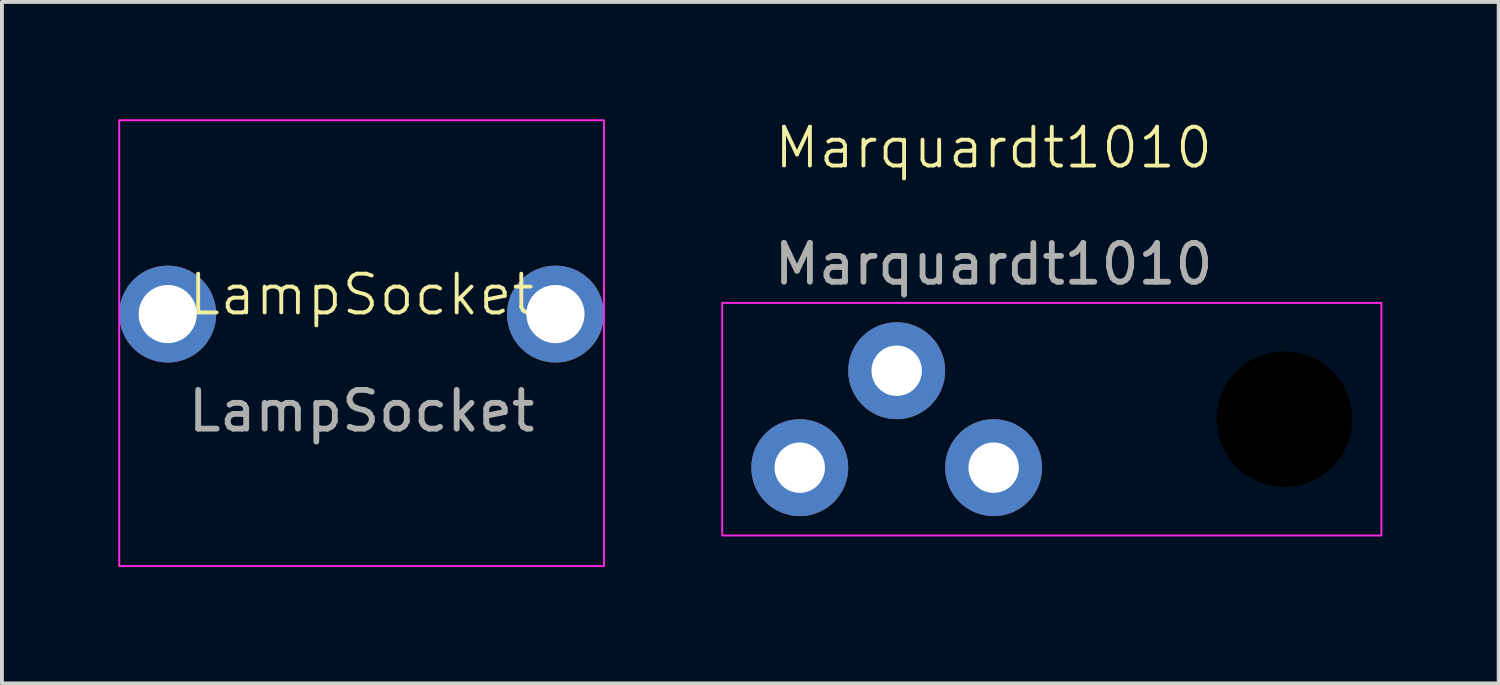
<source format=kicad_pcb>
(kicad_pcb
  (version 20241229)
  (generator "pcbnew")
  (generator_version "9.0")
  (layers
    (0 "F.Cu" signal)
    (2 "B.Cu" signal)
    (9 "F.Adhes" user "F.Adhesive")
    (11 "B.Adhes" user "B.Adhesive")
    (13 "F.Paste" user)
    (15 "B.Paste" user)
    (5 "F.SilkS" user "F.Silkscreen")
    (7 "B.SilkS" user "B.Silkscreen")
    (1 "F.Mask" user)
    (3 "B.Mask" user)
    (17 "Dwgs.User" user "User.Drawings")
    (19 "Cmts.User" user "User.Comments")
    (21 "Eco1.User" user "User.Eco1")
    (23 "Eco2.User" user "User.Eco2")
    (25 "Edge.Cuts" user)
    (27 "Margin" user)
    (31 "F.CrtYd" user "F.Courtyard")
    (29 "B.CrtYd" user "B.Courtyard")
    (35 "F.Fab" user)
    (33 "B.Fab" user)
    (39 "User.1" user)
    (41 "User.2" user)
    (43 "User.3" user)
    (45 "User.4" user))
  (footprint "Marquardt1010"
    (layer "F.Cu")
    (at 22.575 7.761)
    (property "Reference" "Marquardt1010" (at 0 -7 0) (unlocked yes) (layer "F.SilkS") (effects (font (size 1 1) (thickness 0.1))))
    (attr through_hole)
    (fp_rect (start -7 -3) (end 10 3) (stroke (width 0.05) (type default)) (fill no) (layer "F.CrtYd"))
    (fp_text user "${REFERENCE}" (at 0 -4 0) (unlocked yes) (layer "F.Fab") (effects (font (size 1 1) (thickness 0.15))))
    (pad "" np_thru_hole circle (at 7.5 0) (size 3.5 3.5) (drill 3.5) (layers))
    (pad "1" thru_hole circle (at -5 1.25) (size 2.5 2.5) (drill 1.3) (layers "*.Cu" "*.Mask"))
    (pad "2" thru_hole circle (at -2.5 -1.25) (size 2.5 2.5) (drill 1.3) (layers "*.Cu" "*.Mask"))
    (pad "3" thru_hole circle (at 0 1.25) (size 2.5 2.5) (drill 1.3) (layers "*.Cu" "*.Mask")))
  (footprint "LampSocket"
    (layer "F.Cu")
    (at 6.275 5.05)
    (property "Reference" "LampSocket" (at 0 -0.5 0) (unlocked yes) (layer "F.SilkS") (effects (font (size 1 1) (thickness 0.1))))
    (attr through_hole)
    (fp_rect (start -6.25 -5) (end 6.25 6.5) (stroke (width 0.05) (type default)) (fill no) (layer "F.CrtYd"))
    (fp_arc (start -5.5 -4) (mid -4.5 -5) (end -3.5 -4) (stroke (width 0.1) (type default)) (layer "User.1"))
    (fp_arc (start -2.5 -4) (mid -1.5 -5) (end -0.5 -4) (stroke (width 0.1) (type default)) (layer "User.1"))
    (fp_arc (start 0.5 -4) (mid 1.5 -5) (end 2.5 -4) (stroke (width 0.1) (type default)) (layer "User.1"))
    (fp_arc (start 3.5 -4) (mid 4.5 -5) (end 5.5 -4) (stroke (width 0.1) (type default)) (layer "User.1"))
    (fp_text user "${REFERENCE}" (at 0 2.5 0) (unlocked yes) (layer "F.Fab") (effects (font (size 1 1) (thickness 0.15))))
    (pad "1" thru_hole circle (at -5 0) (size 2.5 2.5) (drill 1.5) (layers "*.Cu" "*.Mask"))
    (pad "2" thru_hole circle (at 5 0) (size 2.5 2.5) (drill 1.5) (layers "*.Cu" "*.Mask")))
  (gr_rect
    (start -3 -3)
    (end 35.6 14.575)
    (stroke (width 0.1) (type default))
    (fill no)
    (layer "Edge.Cuts")))
</source>
